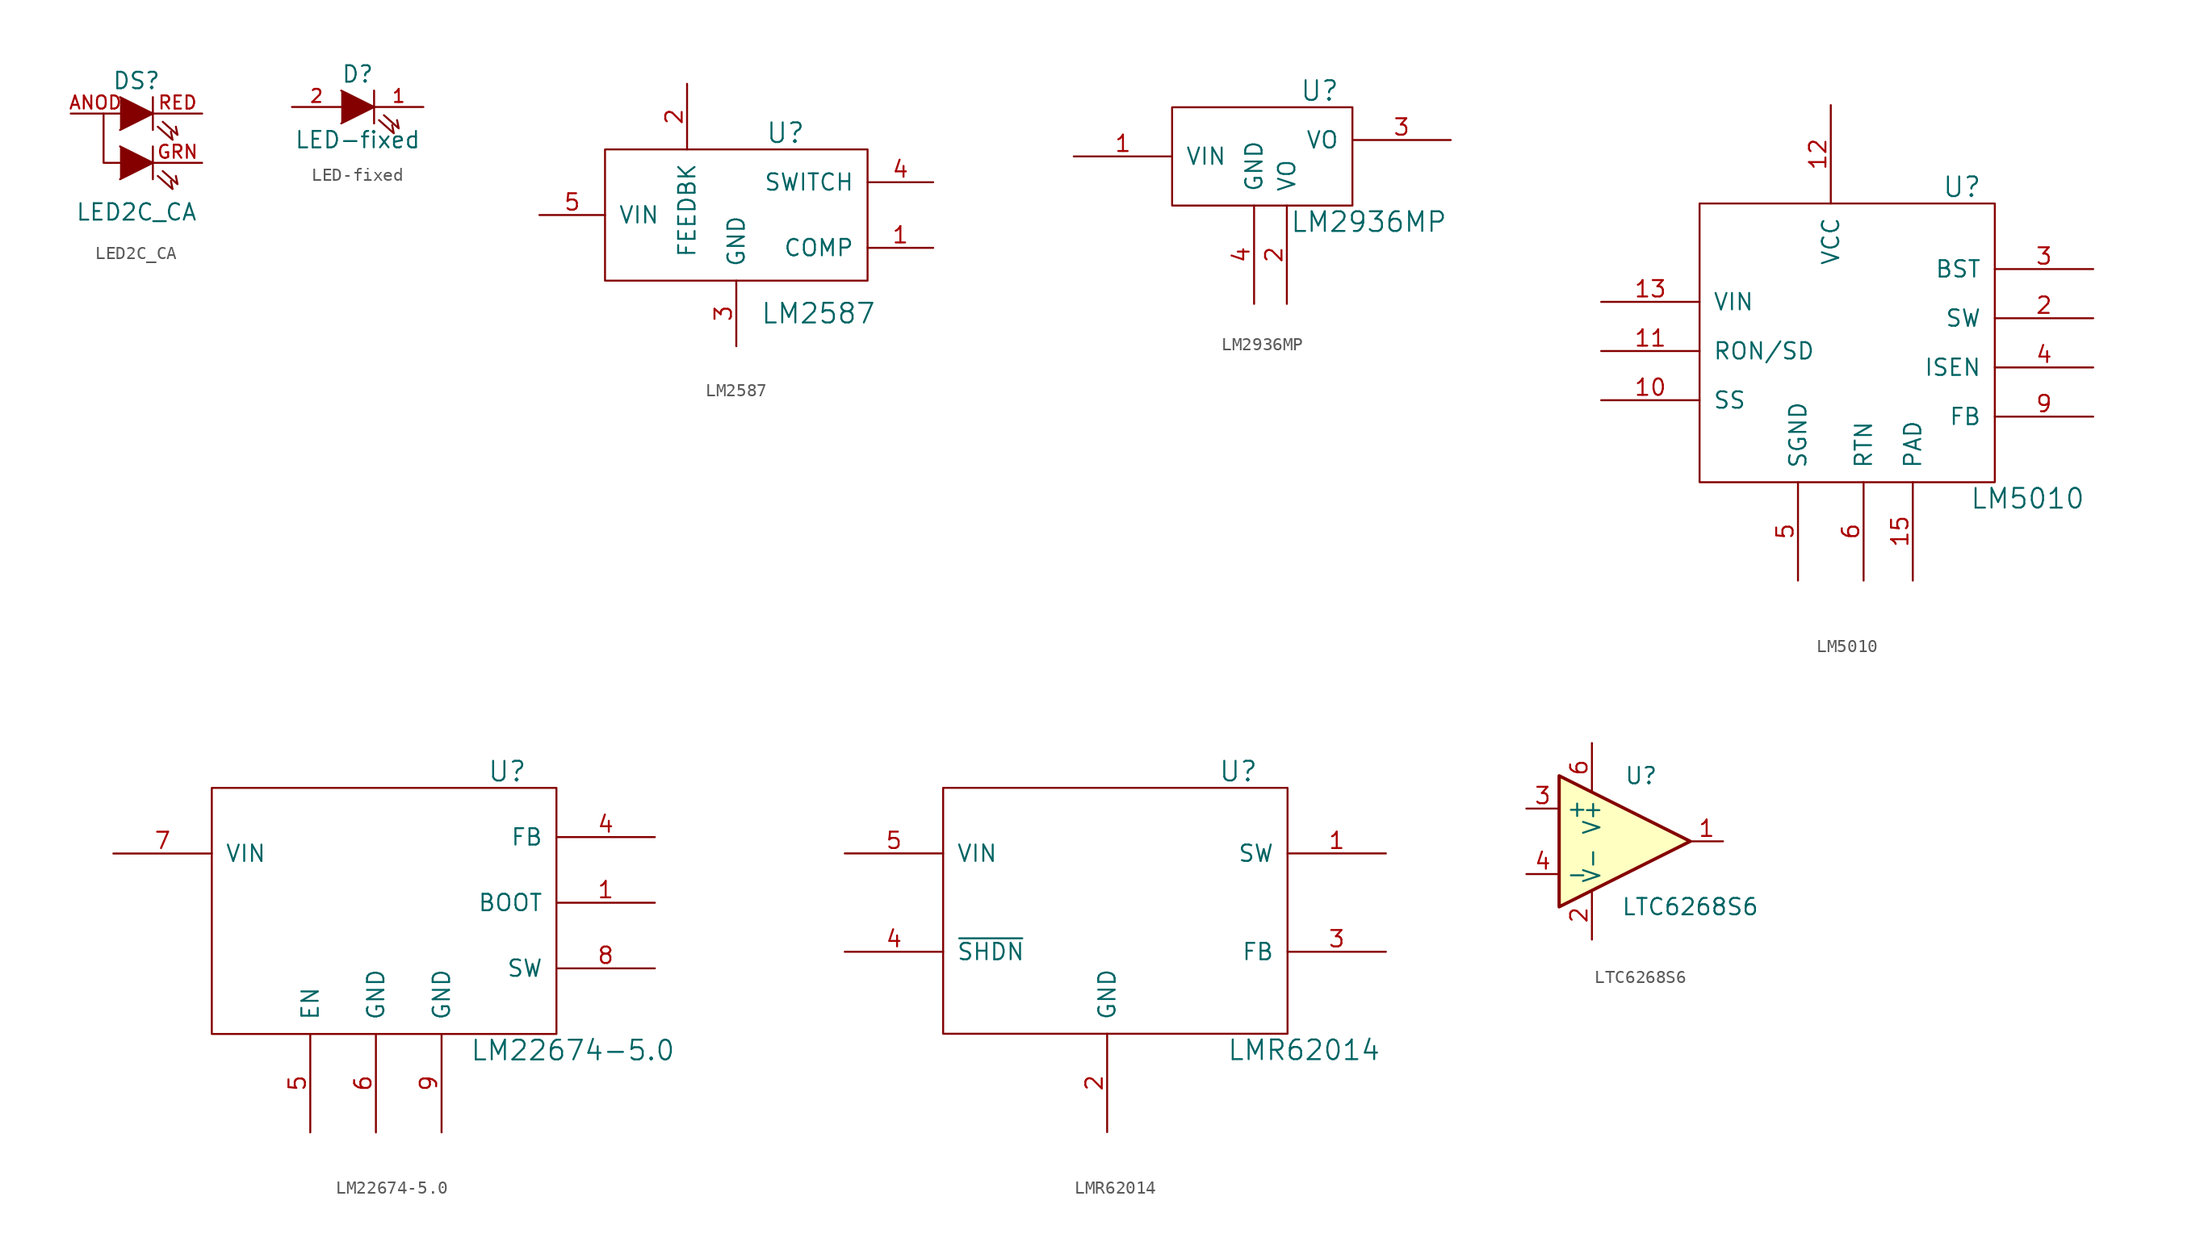
<source format=kicad_sym>
(kicad_symbol_lib
  (version 20220914)
  (generator kicad_symbol_editor)
  (symbol "LED2C_CA"
    (pin_names
      (offset 1.016) hide)
    (property "Reference" "DS"
      (at 0 2.54 0)
      (effects (font (size 1.27 1.27))))
    (property "Value" "LED2C_CA"
      (at 0 -7.62 0)
      (effects (font (size 1.27 1.27))))
    (property "Footprint" ""
      (at 0 0 0)
      (effects (font (size 1.524 1.524))))
    (property "Datasheet" ""
      (at 0 0 0)
      (effects (font (size 1.524 1.524))))
    (symbol "LED2C_CA_0_1"
      (polyline (pts (xy 1.27 -2.54) (xy 1.27 -5.08)) (stroke (width 0) (type default)) (fill (type none)))
      (polyline (pts (xy 1.27 1.27) (xy 1.27 -1.27)) (stroke (width 0) (type default)) (fill (type none)))
      (polyline (pts (xy -1.27 -3.81) (xy -2.54 -3.81) (xy -2.54 0)) (stroke (width 0) (type default)) (fill (type none)))
      (polyline (pts (xy -1.27 -2.54) (xy 1.27 -3.81) (xy -1.27 -5.08)) (stroke (width 0) (type default)) (fill (type outline)))
      (polyline (pts (xy -1.27 1.27) (xy 1.27 0) (xy -1.27 -1.27)) (stroke (width 0) (type default)) (fill (type outline)))
      (polyline (pts (xy 1.651 -4.826) (xy 2.794 -5.842) (xy 2.667 -5.207)) (stroke (width 0) (type default)) (fill (type none)))
      (polyline (pts (xy 1.651 -1.016) (xy 2.794 -2.032) (xy 2.667 -1.397)) (stroke (width 0) (type default)) (fill (type none)))
      (polyline (pts (xy 2.032 -4.445) (xy 3.175 -5.461) (xy 3.048 -4.826)) (stroke (width 0) (type default)) (fill (type none)))
      (polyline (pts (xy 2.032 -0.635) (xy 3.175 -1.651) (xy 3.048 -1.016)) (stroke (width 0) (type default)) (fill (type none))))
    (symbol "LED2C_CA_1_1"
      (pin passive line (at -5.08 0 0) (length 3.81) (name "ANOD" (effects (font (size 1.016 1.016)))) (number "ANOD" (effects (font (size 1.016 1.016)))))
      (pin passive line (at 5.08 -3.81 180) (length 3.81) (name "GRN" (effects (font (size 1.016 1.016)))) (number "GRN" (effects (font (size 1.016 1.016)))))
      (pin passive line (at 5.08 0 180) (length 3.81) (name "RED" (effects (font (size 1.016 1.016)))) (number "RED" (effects (font (size 1.016 1.016)))))))
  (symbol "LED-fixed"
    (pin_names
      (offset 1.016) hide)
    (property "Reference" "D"
      (at 0 2.54 0)
      (effects (font (size 1.27 1.27))))
    (property "Value" "LED-fixed"
      (at 0 -2.54 0)
      (effects (font (size 1.27 1.27))))
    (property "Footprint" ""
      (at 0 0 0)
      (effects (font (size 1.524 1.524))))
    (property "Datasheet" ""
      (at 0 0 0)
      (effects (font (size 1.524 1.524))))
    (symbol "LED-fixed_0_1"
      (polyline (pts (xy 1.27 1.27) (xy 1.27 -1.27)) (stroke (width 0) (type default)) (fill (type none)))
      (polyline (pts (xy -1.27 1.27) (xy 1.27 0) (xy -1.27 -1.27)) (stroke (width 0) (type default)) (fill (type outline)))
      (polyline (pts (xy 1.651 -1.016) (xy 2.794 -2.032) (xy 2.667 -1.397)) (stroke (width 0) (type default)) (fill (type none)))
      (polyline (pts (xy 2.032 -0.635) (xy 3.175 -1.651) (xy 3.048 -1.016)) (stroke (width 0) (type default)) (fill (type none))))
    (symbol "LED-fixed_1_1"
      (pin passive line (at 5.08 0 180) (length 3.81) (name "K" (effects (font (size 1.016 1.016)))) (number "1" (effects (font (size 1.016 1.016)))))
      (pin passive line (at -5.08 0 0) (length 3.81) (name "A" (effects (font (size 1.016 1.016)))) (number "2" (effects (font (size 1.016 1.016)))))))
  (symbol "LM2587"
    (pin_names
      (offset 1.016))
    (property "Reference" "U"
      (at 3.81 6.35 0)
      (effects (font (size 1.524 1.524))))
    (property "Value" "LM2587"
      (at 6.35 -7.62 0)
      (effects (font (size 1.524 1.524))))
    (property "Footprint" ""
      (at 0 0 0)
      (effects (font (size 1.524 1.524))))
    (property "Datasheet" ""
      (at 0 0 0)
      (effects (font (size 1.524 1.524))))
    (symbol "LM2587_0_1"
      (rectangle (start -10.16 -5.08) (end 10.16 5.08) (stroke (width 0) (type default)) (fill (type none))))
    (symbol "LM2587_1_1"
      (pin passive line (at 15.24 -2.54 180) (length 5.08) (name "COMP" (effects (font (size 1.27 1.27)))) (number "1" (effects (font (size 1.27 1.27)))))
      (pin power_out line (at -3.81 10.16 270) (length 5.08) (name "FEEDBK" (effects (font (size 1.27 1.27)))) (number "2" (effects (font (size 1.27 1.27)))))
      (pin power_in line (at 0 -10.16 90) (length 5.08) (name "GND" (effects (font (size 1.27 1.27)))) (number "3" (effects (font (size 1.27 1.27)))))
      (pin power_out line (at 15.24 2.54 180) (length 5.08) (name "SWITCH" (effects (font (size 1.27 1.27)))) (number "4" (effects (font (size 1.27 1.27)))))
      (pin power_in line (at -15.24 0 0) (length 5.08) (name "VIN" (effects (font (size 1.27 1.27)))) (number "5" (effects (font (size 1.27 1.27)))))))
  (symbol "LM2936MP"
    (pin_names
      (offset 1.016))
    (property "Reference" "U"
      (at 2.54 3.81 0)
      (effects (font (size 1.524 1.524))))
    (property "Value" "LM2936MP"
      (at 6.35 -6.35 0)
      (effects (font (size 1.524 1.524))))
    (property "Footprint" ""
      (at 0 0 0)
      (effects (font (size 1.524 1.524))))
    (property "Datasheet" ""
      (at 0 0 0)
      (effects (font (size 1.524 1.524))))
    (symbol "LM2936MP_0_1"
      (polyline (pts (xy -8.89 -5.08) (xy -8.89 2.54) (xy 5.08 2.54) (xy 5.08 -5.08) (xy -8.89 -5.08)) (stroke (width 0) (type default)) (fill (type none))))
    (symbol "LM2936MP_1_1"
      (pin power_in line (at -16.51 -1.27 0) (length 7.62) (name "VIN" (effects (font (size 1.27 1.27)))) (number "1" (effects (font (size 1.27 1.27)))))
      (pin passive line (at 0 -12.7 90) (length 7.62) (name "VO" (effects (font (size 1.27 1.27)))) (number "2" (effects (font (size 1.27 1.27)))))
      (pin power_out line (at 12.7 0 180) (length 7.62) (name "VO" (effects (font (size 1.27 1.27)))) (number "3" (effects (font (size 1.27 1.27)))))
      (pin power_in line (at -2.54 -12.7 90) (length 7.62) (name "GND" (effects (font (size 1.27 1.27)))) (number "4" (effects (font (size 1.27 1.27)))))))
  (symbol "LM5010"
    (pin_names
      (offset 1.016))
    (property "Reference" "U"
      (at 8.89 12.7 0)
      (effects (font (size 1.524 1.524))))
    (property "Value" "LM5010"
      (at 13.97 -11.43 0)
      (effects (font (size 1.524 1.524))))
    (property "Footprint" ""
      (at -1.27 0 0)
      (effects (font (size 1.524 1.524))))
    (property "Datasheet" ""
      (at -1.27 0 0)
      (effects (font (size 1.524 1.524))))
    (symbol "LM5010_0_1"
      (rectangle (start -11.43 11.43) (end 11.43 -10.16) (stroke (width 0) (type default)) (fill (type none))))
    (symbol "LM5010_1_1"
      (pin power_in line (at -19.05 -3.81 0) (length 7.62) (name "SS" (effects (font (size 1.27 1.27)))) (number "10" (effects (font (size 1.27 1.27)))))
      (pin power_in line (at -19.05 0 0) (length 7.62) (name "RON/SD" (effects (font (size 1.27 1.27)))) (number "11" (effects (font (size 1.27 1.27)))))
      (pin power_in line (at -1.27 19.05 270) (length 7.62) (name "VCC" (effects (font (size 1.27 1.27)))) (number "12" (effects (font (size 1.27 1.27)))))
      (pin power_in line (at -19.05 3.81 0) (length 7.62) (name "VIN" (effects (font (size 1.27 1.27)))) (number "13" (effects (font (size 1.27 1.27)))))
      (pin power_in line (at 5.08 -17.78 90) (length 7.62) (name "PAD" (effects (font (size 1.27 1.27)))) (number "15" (effects (font (size 1.27 1.27)))))
      (pin passive line (at 19.05 2.54 180) (length 7.62) (name "SW" (effects (font (size 1.27 1.27)))) (number "2" (effects (font (size 1.27 1.27)))))
      (pin passive line (at 19.05 6.35 180) (length 7.62) (name "BST" (effects (font (size 1.27 1.27)))) (number "3" (effects (font (size 1.27 1.27)))))
      (pin passive line (at 19.05 -1.27 180) (length 7.62) (name "ISEN" (effects (font (size 1.27 1.27)))) (number "4" (effects (font (size 1.27 1.27)))))
      (pin power_in line (at -3.81 -17.78 90) (length 7.62) (name "SGND" (effects (font (size 1.27 1.27)))) (number "5" (effects (font (size 1.27 1.27)))))
      (pin power_in line (at 1.27 -17.78 90) (length 7.62) (name "RTN" (effects (font (size 1.27 1.27)))) (number "6" (effects (font (size 1.27 1.27)))))
      (pin passive line (at 19.05 -5.08 180) (length 7.62) (name "FB" (effects (font (size 1.27 1.27)))) (number "9" (effects (font (size 1.27 1.27)))))))
  (symbol "LM22674-5.0"
    (pin_names
      (offset 1.016))
    (property "Reference" "U"
      (at 10.16 10.16 0)
      (effects (font (size 1.524 1.524))))
    (property "Value" "LM22674-5.0"
      (at 15.24 -11.43 0)
      (effects (font (size 1.524 1.524))))
    (property "Footprint" ""
      (at 0 0 0)
      (effects (font (size 1.524 1.524))))
    (property "Datasheet" ""
      (at 0 0 0)
      (effects (font (size 1.524 1.524))))
    (symbol "LM22674-5.0_0_1"
      (rectangle (start -12.7 8.89) (end 13.97 -10.16) (stroke (width 0) (type default)) (fill (type none))))
    (symbol "LM22674-5.0_1_1"
      (pin passive line (at 21.59 0 180) (length 7.62) (name "BOOT" (effects (font (size 1.27 1.27)))) (number "1" (effects (font (size 1.27 1.27)))))
      (pin passive line (at 21.59 5.08 180) (length 7.62) (name "FB" (effects (font (size 1.27 1.27)))) (number "4" (effects (font (size 1.27 1.27)))))
      (pin input line (at -5.08 -17.78 90) (length 7.62) (name "EN" (effects (font (size 1.27 1.27)))) (number "5" (effects (font (size 1.27 1.27)))))
      (pin power_in line (at 0 -17.78 90) (length 7.62) (name "GND" (effects (font (size 1.27 1.27)))) (number "6" (effects (font (size 1.27 1.27)))))
      (pin power_in line (at -20.32 3.81 0) (length 7.62) (name "VIN" (effects (font (size 1.27 1.27)))) (number "7" (effects (font (size 1.27 1.27)))))
      (pin passive line (at 21.59 -5.08 180) (length 7.62) (name "SW" (effects (font (size 1.27 1.27)))) (number "8" (effects (font (size 1.27 1.27)))))
      (pin power_in line (at 5.08 -17.78 90) (length 7.62) (name "GND" (effects (font (size 1.27 1.27)))) (number "9" (effects (font (size 1.27 1.27)))))))
  (symbol "LMR62014"
    (pin_names
      (offset 1.016))
    (property "Reference" "U"
      (at 10.16 10.16 0)
      (effects (font (size 1.524 1.524))))
    (property "Value" "LMR62014"
      (at 15.24 -11.43 0)
      (effects (font (size 1.524 1.524))))
    (property "Footprint" ""
      (at 0 0 0)
      (effects (font (size 1.524 1.524))))
    (property "Datasheet" ""
      (at 0 0 0)
      (effects (font (size 1.524 1.524))))
    (symbol "LMR62014_0_1"
      (rectangle (start -12.7 8.89) (end 13.97 -10.16) (stroke (width 0) (type default)) (fill (type none))))
    (symbol "LMR62014_1_1"
      (pin passive line (at 21.59 3.81 180) (length 7.62) (name "SW" (effects (font (size 1.27 1.27)))) (number "1" (effects (font (size 1.27 1.27)))))
      (pin power_in line (at 0 -17.78 90) (length 7.62) (name "GND" (effects (font (size 1.27 1.27)))) (number "2" (effects (font (size 1.27 1.27)))))
      (pin passive line (at 21.59 -3.81 180) (length 7.62) (name "FB" (effects (font (size 1.27 1.27)))) (number "3" (effects (font (size 1.27 1.27)))))
      (pin input line (at -20.32 -3.81 0) (length 7.62) (name "~{SHDN}" (effects (font (size 1.27 1.27)))) (number "4" (effects (font (size 1.27 1.27)))))
      (pin power_in line (at -20.32 3.81 0) (length 7.62) (name "VIN" (effects (font (size 1.27 1.27)))) (number "5" (effects (font (size 1.27 1.27)))))))
  (symbol "LTC6268S6"
    (property "Reference" "U"
      (at 1.27 5.08 0)
      (effects (font (size 1.27 1.27))))
    (property "Value" "LTC6268S6"
      (at 5.08 -5.08 0)
      (effects (font (size 1.27 1.27))))
    (property "Footprint" ""
      (at -1.27 2.54 0)
      (effects (font (size 1.27 1.27))))
    (property "Datasheet" ""
      (at 1.27 5.08 0)
      (effects (font (size 1.27 1.27))))
    (symbol "LTC6268S6_0_1"
      (polyline (pts (xy -5.08 5.08) (xy 5.08 0) (xy -5.08 -5.08) (xy -5.08 5.08)) (stroke (width 0.254) (type default)) (fill (type background))))
    (symbol "LTC6268S6_1_1"
      (pin output line (at 7.62 0 180) (length 2.54) (name "~" (effects (font (size 1.27 1.27)))) (number "1" (effects (font (size 1.27 1.27)))))
      (pin input line (at -2.54 -7.62 90) (length 3.81) (name "V-" (effects (font (size 1.27 1.27)))) (number "2" (effects (font (size 1.27 1.27)))))
      (pin input line (at -7.62 2.54 0) (length 2.54) (name "+" (effects (font (size 1.27 1.27)))) (number "3" (effects (font (size 1.27 1.27)))))
      (pin input line (at -7.62 -2.54 0) (length 2.54) (name "-" (effects (font (size 1.27 1.27)))) (number "4" (effects (font (size 1.27 1.27)))))
      (pin input line (at -2.54 7.62 270) (length 3.81) (name "V+" (effects (font (size 1.27 1.27)))) (number "6" (effects (font (size 1.27 1.27))))))))
</source>
